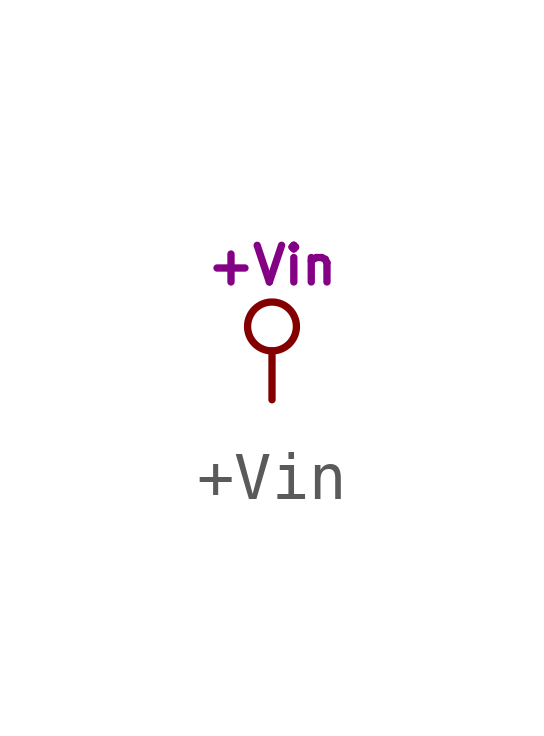
<source format=kicad_sym>
(kicad_symbol_lib
  (version 20211014)
  (generator kicad_symbol_editor)
  (symbol "+Vin"
    (power)
    (pin_numbers hide)
    (pin_names
      (offset 0))
    (property "Reference" "#PWR"
      (at 0 3.556 0)
      (effects (font (size 0.508 0.508)) hide))
    (property "Footprint" ""
      (at 0 0 0)
      (effects (font (size 1.524 1.524))))
    (property "Datasheet" ""
      (at 0 3.556 0)
      (effects (font (size 1.524 1.524))))
    (property "Unit" "+Vin"
      (at 0 2.794 0)
      (effects (font (size 0.762 0.762))))
    (symbol "+Vin_0_0"
      (polyline (pts (xy 0 0) (xy 0 1.016) (xy 0 1.016)) (stroke (width 0) (type default) (color 0 0 0 0)) (fill (type none)))
      (pin power_in line (at 0 0 90) (length 0) hide (name "+Vin" (effects (font (size 0.635 0.635)))) (number "1" (effects (font (size 0.635 0.635))))))
    (symbol "+Vin_0_1"
      (circle (center 0 1.524) (radius 0.508) (stroke (width 0) (type default) (color 0 0 0 0)) (fill (type none))))))
</source>
